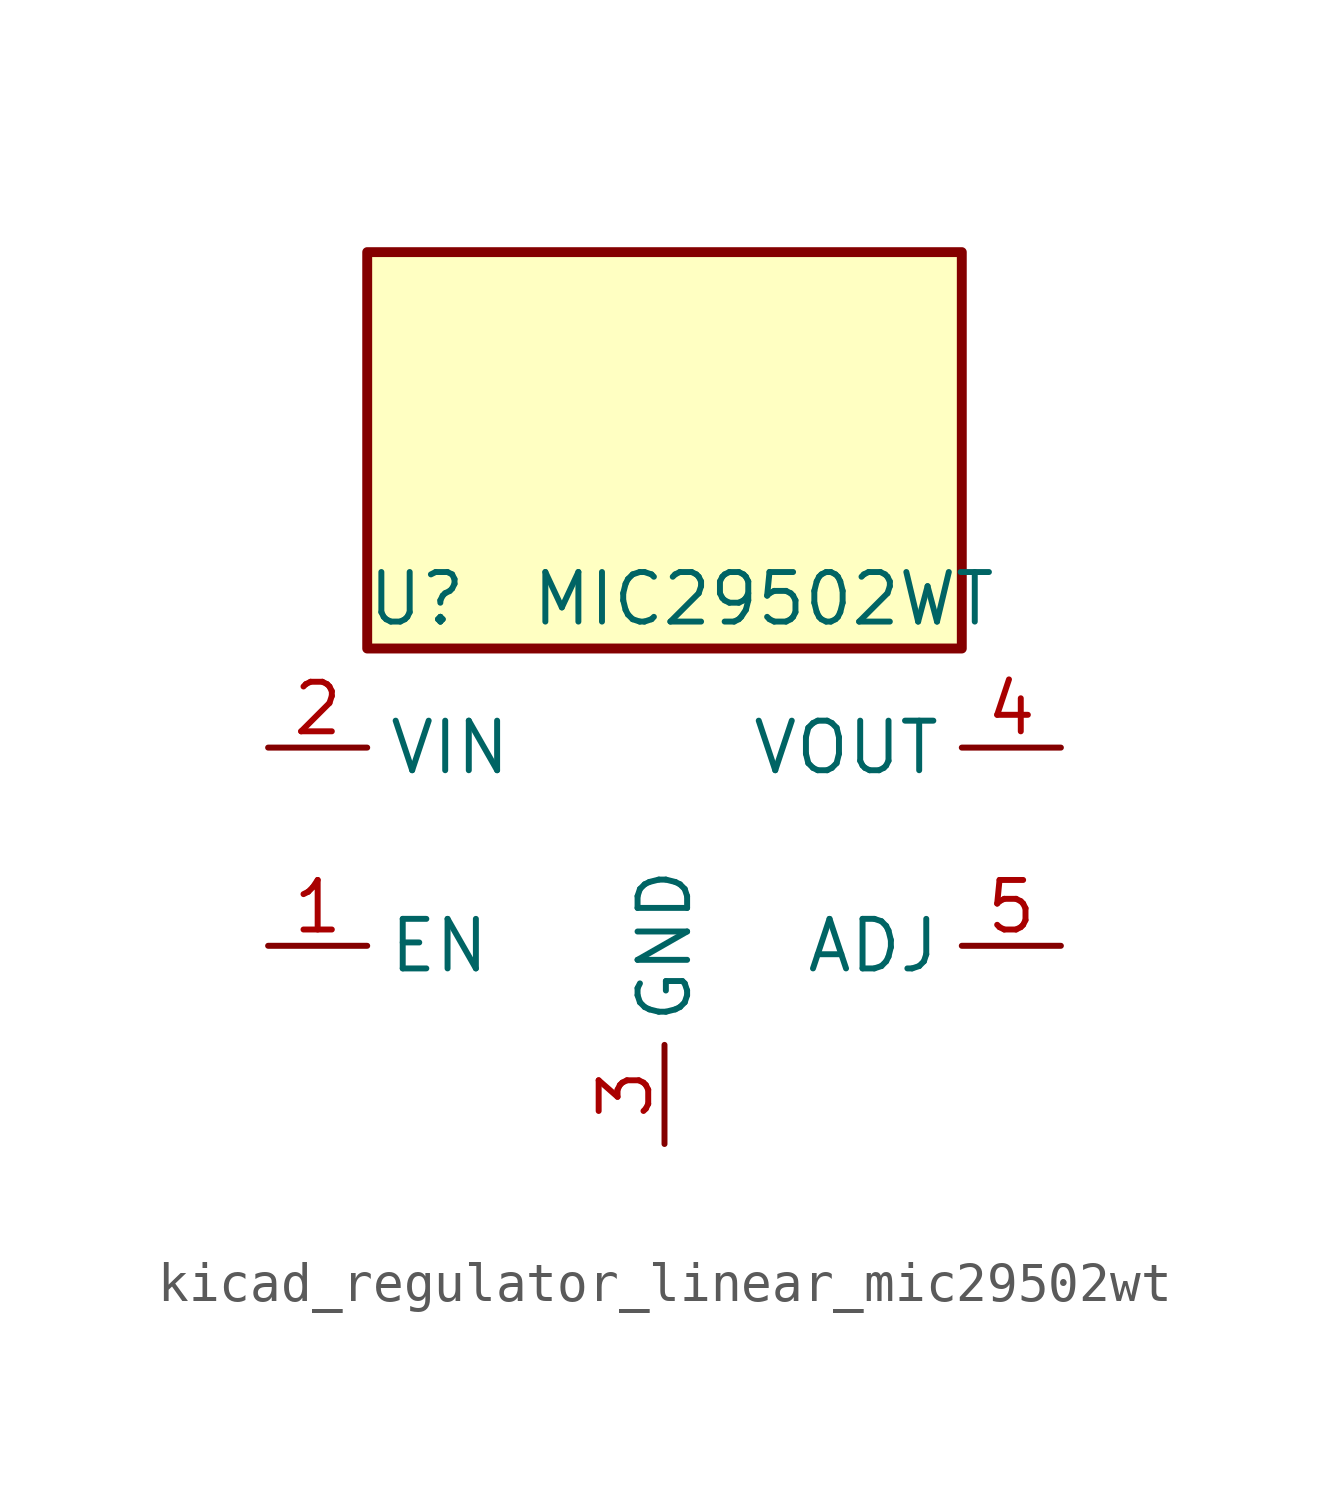
<source format=kicad_sym>
(kicad_symbol_lib
  (version 20220914)
  (generator kicad_symbol_editor)
  (symbol "kicad_regulator_linear_mic29502wt"
    (property "Reference" "U"
      (at -6.35 6.35 0)
      (effects (font (size 1.27 1.27))))
    (property "Value" "MIC29502WT"
      (at 2.54 6.35 0)
      (effects (font (size 1.27 1.27))))
    (symbol "kicad_regulator_linear_mic29502wt_1_1"
      (rectangle (start 7.62 15.24) (end -7.62 5.08) (stroke (width 0.254) (type default)) (fill (type background)))
      (pin input line (at -10.16 -2.54 0) (length 2.54) (name "EN" (effects (font (size 1.27 1.27)))) (number "1" (effects (font (size 1.27 1.27)))))
      (pin power_in line (at -10.16 2.54 0) (length 2.54) (name "VIN" (effects (font (size 1.27 1.27)))) (number "2" (effects (font (size 1.27 1.27)))))
      (pin power_in line (at 0 -7.62 90) (length 2.54) (name "GND" (effects (font (size 1.27 1.27)))) (number "3" (effects (font (size 1.27 1.27)))))
      (pin power_out line (at 10.16 2.54 180) (length 2.54) (name "VOUT" (effects (font (size 1.27 1.27)))) (number "4" (effects (font (size 1.27 1.27)))))
      (pin input line (at 10.16 -2.54 180) (length 2.54) (name "ADJ" (effects (font (size 1.27 1.27)))) (number "5" (effects (font (size 1.27 1.27))))))))
</source>
